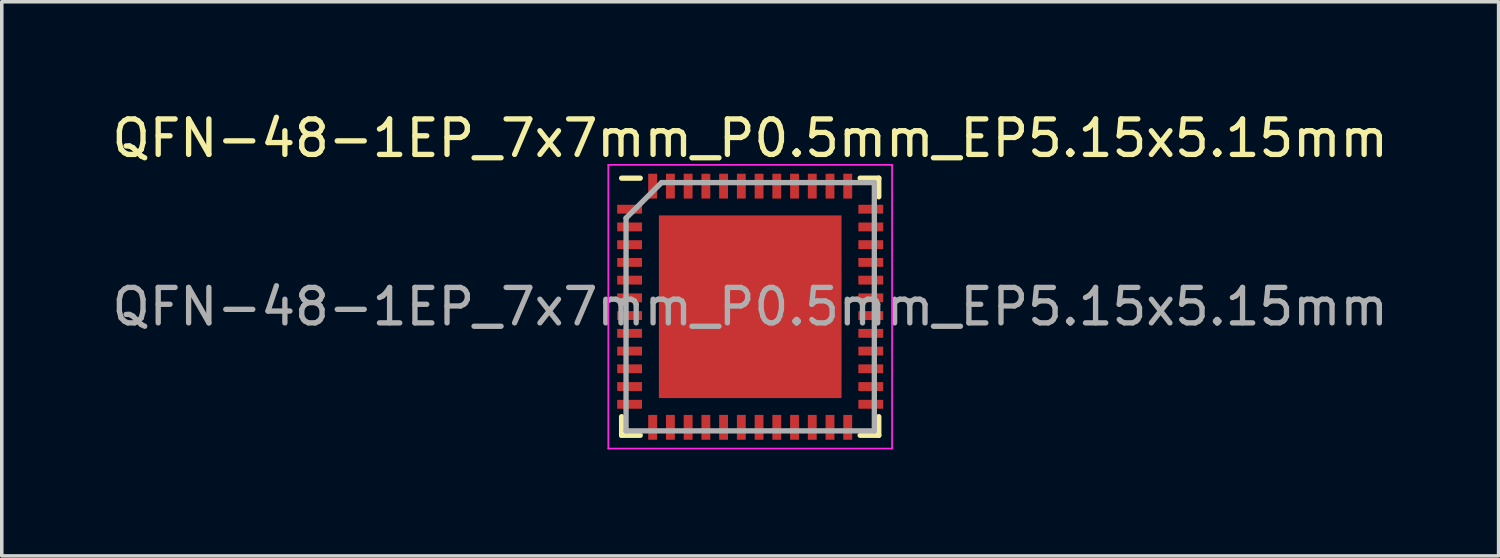
<source format=kicad_pcb>
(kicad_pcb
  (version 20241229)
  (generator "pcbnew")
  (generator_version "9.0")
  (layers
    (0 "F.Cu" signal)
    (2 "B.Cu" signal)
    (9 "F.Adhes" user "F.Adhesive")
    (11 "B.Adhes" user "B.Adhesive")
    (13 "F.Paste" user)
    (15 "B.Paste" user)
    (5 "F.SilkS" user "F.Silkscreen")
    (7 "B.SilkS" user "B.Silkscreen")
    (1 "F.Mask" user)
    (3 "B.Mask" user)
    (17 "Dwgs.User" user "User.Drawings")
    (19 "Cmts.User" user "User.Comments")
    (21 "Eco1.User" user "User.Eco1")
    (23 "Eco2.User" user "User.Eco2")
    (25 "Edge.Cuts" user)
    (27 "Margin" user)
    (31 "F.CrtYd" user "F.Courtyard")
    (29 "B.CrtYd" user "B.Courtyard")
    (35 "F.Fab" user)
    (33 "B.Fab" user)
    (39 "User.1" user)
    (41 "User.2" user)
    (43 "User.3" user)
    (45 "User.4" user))
  (footprint "QFN-48-1EP_7x7mm_P0.5mm_EP5.15x5.15mm"
    (layer "F.Cu")
    (at 18.101 5.598)
    (property "Reference" "QFN-48-1EP_7x7mm_P0.5mm_EP5.15x5.15mm" (at 0 -4.75 0) (layer "F.SilkS") (effects (font (size 1 1) (thickness 0.15))))
    (attr smd)
    (fp_line (start -3.625 -3.625) (end -3.1 -3.625) (stroke (width 0.15) (type solid)) (layer "F.SilkS"))
    (fp_line (start -3.625 3.625) (end -3.625 3.1) (stroke (width 0.15) (type solid)) (layer "F.SilkS"))
    (fp_line (start -3.625 3.625) (end -3.1 3.625) (stroke (width 0.15) (type solid)) (layer "F.SilkS"))
    (fp_line (start 3.625 -3.625) (end 3.1 -3.625) (stroke (width 0.15) (type solid)) (layer "F.SilkS"))
    (fp_line (start 3.625 -3.625) (end 3.625 -3.1) (stroke (width 0.15) (type solid)) (layer "F.SilkS"))
    (fp_line (start 3.625 3.625) (end 3.1 3.625) (stroke (width 0.15) (type solid)) (layer "F.SilkS"))
    (fp_line (start 3.625 3.625) (end 3.625 3.1) (stroke (width 0.15) (type solid)) (layer "F.SilkS"))
    (fp_line (start -4 -4) (end -4 4) (stroke (width 0.05) (type solid)) (layer "F.CrtYd"))
    (fp_line (start -4 -4) (end 4 -4) (stroke (width 0.05) (type solid)) (layer "F.CrtYd"))
    (fp_line (start -4 4) (end 4 4) (stroke (width 0.05) (type solid)) (layer "F.CrtYd"))
    (fp_line (start 4 -4) (end 4 4) (stroke (width 0.05) (type solid)) (layer "F.CrtYd"))
    (fp_line (start -3.5 -2.5) (end -2.5 -3.5) (stroke (width 0.15) (type solid)) (layer "F.Fab"))
    (fp_line (start -3.5 3.5) (end -3.5 -2.5) (stroke (width 0.15) (type solid)) (layer "F.Fab"))
    (fp_line (start -2.5 -3.5) (end 3.5 -3.5) (stroke (width 0.15) (type solid)) (layer "F.Fab"))
    (fp_line (start 3.5 -3.5) (end 3.5 3.5) (stroke (width 0.15) (type solid)) (layer "F.Fab"))
    (fp_line (start 3.5 3.5) (end -3.5 3.5) (stroke (width 0.15) (type solid)) (layer "F.Fab"))
    (fp_text user "${REFERENCE}" (at 0 0 0) (layer "F.Fab") (effects (font (size 1 1) (thickness 0.15))))
    (pad "" smd rect (at -2.06 -2.06) (size 0.83 0.83) (layers "F.Paste"))
    (pad "" smd rect (at -2.06 -1.03) (size 0.83 0.83) (layers "F.Paste"))
    (pad "" smd rect (at -2.06 0) (size 0.83 0.83) (layers "F.Paste"))
    (pad "" smd rect (at -2.06 1.03) (size 0.83 0.83) (layers "F.Paste"))
    (pad "" smd rect (at -2.06 2.06) (size 0.83 0.83) (layers "F.Paste"))
    (pad "" smd rect (at -1.03 -2.06) (size 0.83 0.83) (layers "F.Paste"))
    (pad "" smd rect (at -1.03 -1.03) (size 0.83 0.83) (layers "F.Paste"))
    (pad "" smd rect (at -1.03 0) (size 0.83 0.83) (layers "F.Paste"))
    (pad "" smd rect (at -1.03 1.03) (size 0.83 0.83) (layers "F.Paste"))
    (pad "" smd rect (at -1.03 2.06) (size 0.83 0.83) (layers "F.Paste"))
    (pad "" smd rect (at 0 -2.06) (size 0.83 0.83) (layers "F.Paste"))
    (pad "" smd rect (at 0 -1.03) (size 0.83 0.83) (layers "F.Paste"))
    (pad "" smd rect (at 0 0) (size 0.83 0.83) (layers "F.Paste"))
    (pad "" smd rect (at 0 1.03) (size 0.83 0.83) (layers "F.Paste"))
    (pad "" smd rect (at 0 2.06) (size 0.83 0.83) (layers "F.Paste"))
    (pad "" smd rect (at 1.03 -2.06) (size 0.83 0.83) (layers "F.Paste"))
    (pad "" smd rect (at 1.03 -1.03) (size 0.83 0.83) (layers "F.Paste"))
    (pad "" smd rect (at 1.03 0) (size 0.83 0.83) (layers "F.Paste"))
    (pad "" smd rect (at 1.03 1.03) (size 0.83 0.83) (layers "F.Paste"))
    (pad "" smd rect (at 1.03 2.06) (size 0.83 0.83) (layers "F.Paste"))
    (pad "" smd rect (at 2.06 -2.06) (size 0.83 0.83) (layers "F.Paste"))
    (pad "" smd rect (at 2.06 -1.03) (size 0.83 0.83) (layers "F.Paste"))
    (pad "" smd rect (at 2.06 0) (size 0.83 0.83) (layers "F.Paste"))
    (pad "" smd rect (at 2.06 1.03) (size 0.83 0.83) (layers "F.Paste"))
    (pad "" smd rect (at 2.06 2.06) (size 0.83 0.83) (layers "F.Paste"))
    (pad "1" smd rect (at -3.4 -2.75) (size 0.7 0.25) (layers "F.Cu" "F.Mask" "F.Paste"))
    (pad "2" smd rect (at -3.4 -2.25) (size 0.7 0.25) (layers "F.Cu" "F.Mask" "F.Paste"))
    (pad "3" smd rect (at -3.4 -1.75) (size 0.7 0.25) (layers "F.Cu" "F.Mask" "F.Paste"))
    (pad "4" smd rect (at -3.4 -1.25) (size 0.7 0.25) (layers "F.Cu" "F.Mask" "F.Paste"))
    (pad "5" smd rect (at -3.4 -0.75) (size 0.7 0.25) (layers "F.Cu" "F.Mask" "F.Paste"))
    (pad "6" smd rect (at -3.4 -0.25) (size 0.7 0.25) (layers "F.Cu" "F.Mask" "F.Paste"))
    (pad "7" smd rect (at -3.4 0.25) (size 0.7 0.25) (layers "F.Cu" "F.Mask" "F.Paste"))
    (pad "8" smd rect (at -3.4 0.75) (size 0.7 0.25) (layers "F.Cu" "F.Mask" "F.Paste"))
    (pad "9" smd rect (at -3.4 1.25) (size 0.7 0.25) (layers "F.Cu" "F.Mask" "F.Paste"))
    (pad "10" smd rect (at -3.4 1.75) (size 0.7 0.25) (layers "F.Cu" "F.Mask" "F.Paste"))
    (pad "11" smd rect (at -3.4 2.25) (size 0.7 0.25) (layers "F.Cu" "F.Mask" "F.Paste"))
    (pad "12" smd rect (at -3.4 2.75) (size 0.7 0.25) (layers "F.Cu" "F.Mask" "F.Paste"))
    (pad "13" smd rect (at -2.75 3.4 90) (size 0.7 0.25) (layers "F.Cu" "F.Mask" "F.Paste"))
    (pad "14" smd rect (at -2.25 3.4 90) (size 0.7 0.25) (layers "F.Cu" "F.Mask" "F.Paste"))
    (pad "15" smd rect (at -1.75 3.4 90) (size 0.7 0.25) (layers "F.Cu" "F.Mask" "F.Paste"))
    (pad "16" smd rect (at -1.25 3.4 90) (size 0.7 0.25) (layers "F.Cu" "F.Mask" "F.Paste"))
    (pad "17" smd rect (at -0.75 3.4 90) (size 0.7 0.25) (layers "F.Cu" "F.Mask" "F.Paste"))
    (pad "18" smd rect (at -0.25 3.4 90) (size 0.7 0.25) (layers "F.Cu" "F.Mask" "F.Paste"))
    (pad "19" smd rect (at 0.25 3.4 90) (size 0.7 0.25) (layers "F.Cu" "F.Mask" "F.Paste"))
    (pad "20" smd rect (at 0.75 3.4 90) (size 0.7 0.25) (layers "F.Cu" "F.Mask" "F.Paste"))
    (pad "21" smd rect (at 1.25 3.4 90) (size 0.7 0.25) (layers "F.Cu" "F.Mask" "F.Paste"))
    (pad "22" smd rect (at 1.75 3.4 90) (size 0.7 0.25) (layers "F.Cu" "F.Mask" "F.Paste"))
    (pad "23" smd rect (at 2.25 3.4 90) (size 0.7 0.25) (layers "F.Cu" "F.Mask" "F.Paste"))
    (pad "24" smd rect (at 2.75 3.4 90) (size 0.7 0.25) (layers "F.Cu" "F.Mask" "F.Paste"))
    (pad "25" smd rect (at 3.4 2.75) (size 0.7 0.25) (layers "F.Cu" "F.Mask" "F.Paste"))
    (pad "26" smd rect (at 3.4 2.25) (size 0.7 0.25) (layers "F.Cu" "F.Mask" "F.Paste"))
    (pad "27" smd rect (at 3.4 1.75) (size 0.7 0.25) (layers "F.Cu" "F.Mask" "F.Paste"))
    (pad "28" smd rect (at 3.4 1.25) (size 0.7 0.25) (layers "F.Cu" "F.Mask" "F.Paste"))
    (pad "29" smd rect (at 3.4 0.75) (size 0.7 0.25) (layers "F.Cu" "F.Mask" "F.Paste"))
    (pad "30" smd rect (at 3.4 0.25) (size 0.7 0.25) (layers "F.Cu" "F.Mask" "F.Paste"))
    (pad "31" smd rect (at 3.4 -0.25) (size 0.7 0.25) (layers "F.Cu" "F.Mask" "F.Paste"))
    (pad "32" smd rect (at 3.4 -0.75) (size 0.7 0.25) (layers "F.Cu" "F.Mask" "F.Paste"))
    (pad "33" smd rect (at 3.4 -1.25) (size 0.7 0.25) (layers "F.Cu" "F.Mask" "F.Paste"))
    (pad "34" smd rect (at 3.4 -1.75) (size 0.7 0.25) (layers "F.Cu" "F.Mask" "F.Paste"))
    (pad "35" smd rect (at 3.4 -2.25) (size 0.7 0.25) (layers "F.Cu" "F.Mask" "F.Paste"))
    (pad "36" smd rect (at 3.4 -2.75) (size 0.7 0.25) (layers "F.Cu" "F.Mask" "F.Paste"))
    (pad "37" smd rect (at 2.75 -3.4 90) (size 0.7 0.25) (layers "F.Cu" "F.Mask" "F.Paste"))
    (pad "38" smd rect (at 2.25 -3.4 90) (size 0.7 0.25) (layers "F.Cu" "F.Mask" "F.Paste"))
    (pad "39" smd rect (at 1.75 -3.4 90) (size 0.7 0.25) (layers "F.Cu" "F.Mask" "F.Paste"))
    (pad "40" smd rect (at 1.25 -3.4 90) (size 0.7 0.25) (layers "F.Cu" "F.Mask" "F.Paste"))
    (pad "41" smd rect (at 0.75 -3.4 90) (size 0.7 0.25) (layers "F.Cu" "F.Mask" "F.Paste"))
    (pad "42" smd rect (at 0.25 -3.4 90) (size 0.7 0.25) (layers "F.Cu" "F.Mask" "F.Paste"))
    (pad "43" smd rect (at -0.25 -3.4 90) (size 0.7 0.25) (layers "F.Cu" "F.Mask" "F.Paste"))
    (pad "44" smd rect (at -0.75 -3.4 90) (size 0.7 0.25) (layers "F.Cu" "F.Mask" "F.Paste"))
    (pad "45" smd rect (at -1.25 -3.4 90) (size 0.7 0.25) (layers "F.Cu" "F.Mask" "F.Paste"))
    (pad "46" smd rect (at -1.75 -3.4 90) (size 0.7 0.25) (layers "F.Cu" "F.Mask" "F.Paste"))
    (pad "47" smd rect (at -2.25 -3.4 90) (size 0.7 0.25) (layers "F.Cu" "F.Mask" "F.Paste"))
    (pad "48" smd rect (at -2.75 -3.4 90) (size 0.7 0.25) (layers "F.Cu" "F.Mask" "F.Paste"))
    (pad "49" smd rect (at 0 0) (size 5.15 5.15) (layers "F.Cu" "F.Mask")))
  (gr_rect
    (start -3 -3)
    (end 39.202 12.623)
    (stroke (width 0.1) (type default))
    (fill no)
    (layer "Edge.Cuts")))
</source>
